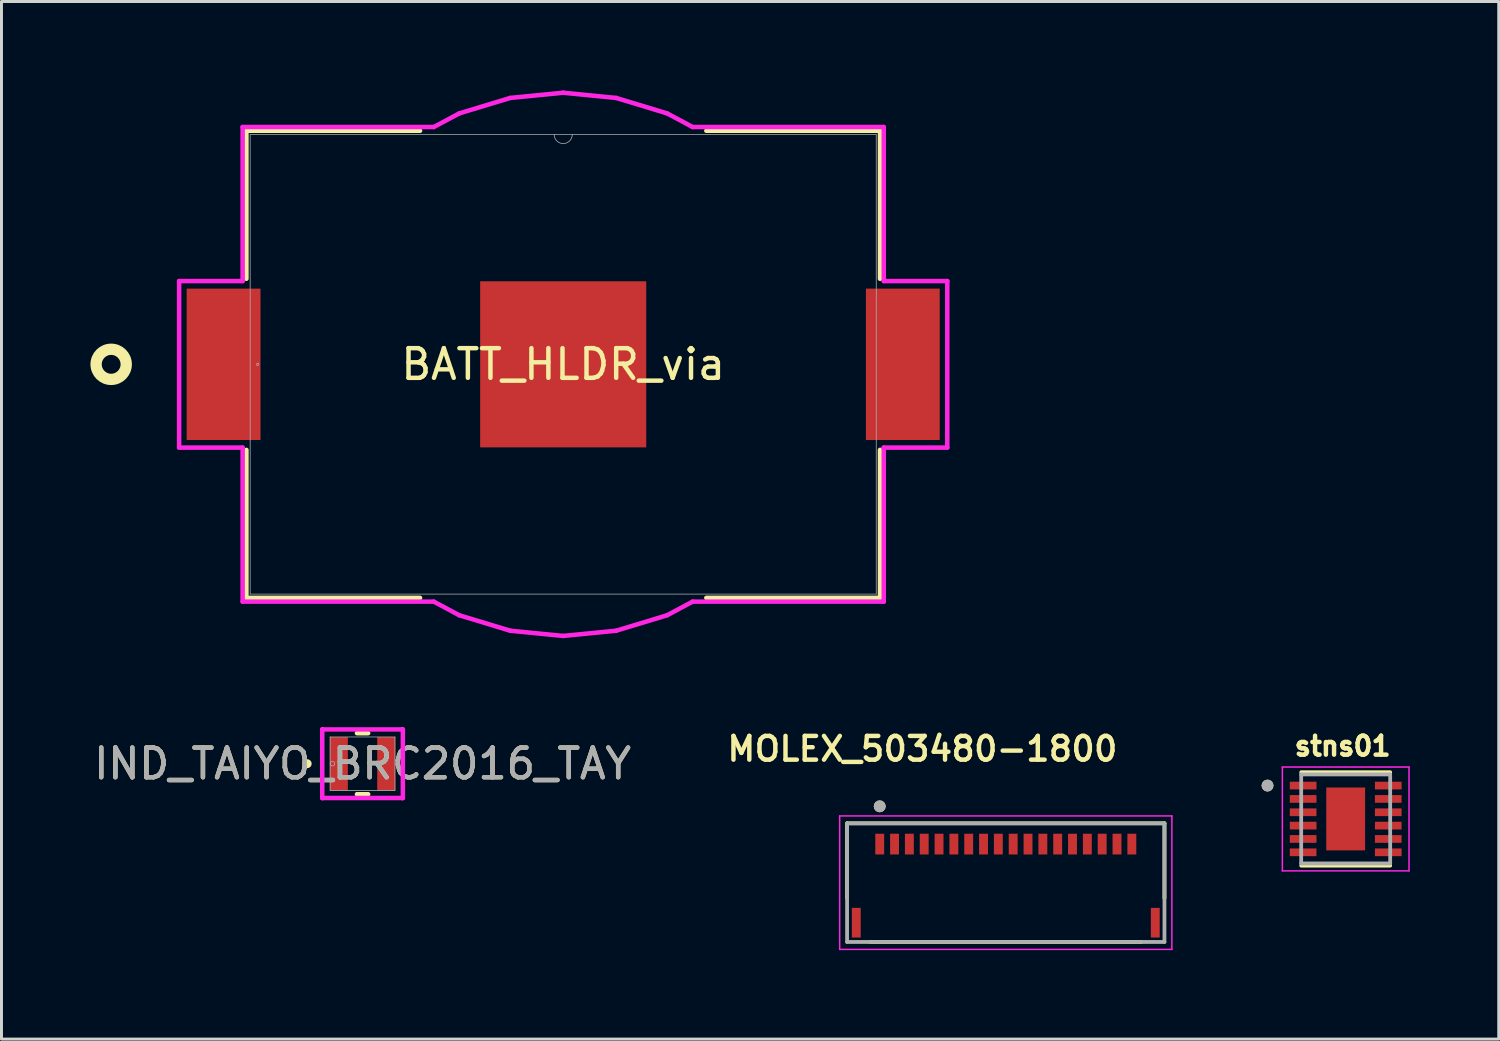
<source format=kicad_pcb>
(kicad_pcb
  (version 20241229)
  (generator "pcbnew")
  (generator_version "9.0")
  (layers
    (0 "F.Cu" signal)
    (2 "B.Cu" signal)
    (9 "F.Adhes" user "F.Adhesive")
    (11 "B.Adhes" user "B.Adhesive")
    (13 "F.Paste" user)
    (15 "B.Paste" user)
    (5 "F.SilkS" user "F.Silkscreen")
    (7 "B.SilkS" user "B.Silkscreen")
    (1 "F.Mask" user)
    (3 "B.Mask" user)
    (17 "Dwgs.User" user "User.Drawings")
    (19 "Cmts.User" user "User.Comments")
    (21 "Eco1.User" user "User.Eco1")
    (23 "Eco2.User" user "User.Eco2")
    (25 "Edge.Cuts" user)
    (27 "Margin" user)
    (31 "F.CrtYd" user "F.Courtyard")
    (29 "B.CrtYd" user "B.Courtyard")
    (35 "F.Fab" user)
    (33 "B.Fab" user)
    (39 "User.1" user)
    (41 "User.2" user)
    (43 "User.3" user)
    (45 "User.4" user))
  (footprint "BATT_HLDR_via"
    (layer "F.Cu")
    (at 15.938 9.233)
    (property "Reference" "BATT_HLDR_via" (at 0 0 0) (unlocked yes) (layer "F.SilkS") (effects (font (size 1 1) (thickness 0.15))))
    (attr smd)
    (fp_line (start -10.681 -7.874) (end -10.681 -2.885) (stroke (width 0.152) (type solid)) (layer "F.SilkS"))
    (fp_line (start -10.681 2.885) (end -10.681 7.874) (stroke (width 0.152) (type solid)) (layer "F.SilkS"))
    (fp_line (start -10.681 7.874) (end -4.826 7.874) (stroke (width 0.152) (type solid)) (layer "F.SilkS"))
    (fp_line (start -4.826 -7.874) (end -10.681 -7.874) (stroke (width 0.152) (type solid)) (layer "F.SilkS"))
    (fp_line (start 4.826 7.874) (end 10.681 7.874) (stroke (width 0.152) (type solid)) (layer "F.SilkS"))
    (fp_line (start 10.681 -7.874) (end 4.826 -7.874) (stroke (width 0.152) (type solid)) (layer "F.SilkS"))
    (fp_line (start 10.681 -2.885) (end 10.681 -7.874) (stroke (width 0.152) (type solid)) (layer "F.SilkS"))
    (fp_line (start 10.681 7.874) (end 10.681 2.885) (stroke (width 0.152) (type solid)) (layer "F.SilkS"))
    (fp_circle (center -15.24 0) (end -14.732 0) (stroke (width 0.381) (type solid)) (fill no) (layer "F.SilkS"))
    (fp_line (start -12.949 -2.807) (end -12.949 2.807) (stroke (width 0.152) (type solid)) (layer "F.CrtYd"))
    (fp_line (start -12.949 2.807) (end -10.808 2.807) (stroke (width 0.152) (type solid)) (layer "F.CrtYd"))
    (fp_line (start -10.808 -8.001) (end -10.808 -2.807) (stroke (width 0.152) (type solid)) (layer "F.CrtYd"))
    (fp_line (start -10.808 -2.807) (end -12.949 -2.807) (stroke (width 0.152) (type solid)) (layer "F.CrtYd"))
    (fp_line (start -10.808 2.807) (end -10.808 8.001) (stroke (width 0.152) (type solid)) (layer "F.CrtYd"))
    (fp_line (start -10.808 8.001) (end -4.362 8.001) (stroke (width 0.152) (type solid)) (layer "F.CrtYd"))
    (fp_line (start -4.362 -8.001) (end -10.808 -8.001) (stroke (width 0.152) (type solid)) (layer "F.CrtYd"))
    (fp_line (start -4.362 8.001) (end -3.504 8.46) (stroke (width 0.152) (type solid)) (layer "F.CrtYd"))
    (fp_line (start -3.504 8.46) (end -1.786 8.981) (stroke (width 0.152) (type solid)) (layer "F.CrtYd"))
    (fp_line (start -3.504 -8.46) (end -4.362 -8.001) (stroke (width 0.152) (type solid)) (layer "F.CrtYd"))
    (fp_line (start -1.786 8.981) (end -0.000001 9.157) (stroke (width 0.152) (type solid)) (layer "F.CrtYd"))
    (fp_line (start -1.786 -8.981) (end -3.504 -8.46) (stroke (width 0.152) (type solid)) (layer "F.CrtYd"))
    (fp_line (start -0.000001 9.157) (end 1.786 8.981) (stroke (width 0.152) (type solid)) (layer "F.CrtYd"))
    (fp_line (start 0 -9.157) (end -1.786 -8.981) (stroke (width 0.152) (type solid)) (layer "F.CrtYd"))
    (fp_line (start 1.786 8.981) (end 3.504 8.46) (stroke (width 0.152) (type solid)) (layer "F.CrtYd"))
    (fp_line (start 1.786 -8.981) (end 0 -9.157) (stroke (width 0.152) (type solid)) (layer "F.CrtYd"))
    (fp_line (start 3.504 -8.46) (end 1.786 -8.981) (stroke (width 0.152) (type solid)) (layer "F.CrtYd"))
    (fp_line (start 3.504 8.46) (end 4.362 8.001) (stroke (width 0.152) (type solid)) (layer "F.CrtYd"))
    (fp_line (start 4.362 -8.001) (end 3.504 -8.46) (stroke (width 0.152) (type solid)) (layer "F.CrtYd"))
    (fp_line (start 4.362 8.001) (end 10.808 8.001) (stroke (width 0.152) (type solid)) (layer "F.CrtYd"))
    (fp_line (start 10.808 -8.001) (end 4.362 -8.001) (stroke (width 0.152) (type solid)) (layer "F.CrtYd"))
    (fp_line (start 10.808 -2.807) (end 10.808 -8.001) (stroke (width 0.152) (type solid)) (layer "F.CrtYd"))
    (fp_line (start 10.808 2.807) (end 12.949 2.807) (stroke (width 0.152) (type solid)) (layer "F.CrtYd"))
    (fp_line (start 10.808 8.001) (end 10.808 2.807) (stroke (width 0.152) (type solid)) (layer "F.CrtYd"))
    (fp_line (start 12.949 -2.807) (end 10.808 -2.807) (stroke (width 0.152) (type solid)) (layer "F.CrtYd"))
    (fp_line (start 12.949 2.807) (end 12.949 -2.807) (stroke (width 0.152) (type solid)) (layer "F.CrtYd"))
    (fp_line (start -10.554 -7.747) (end -10.554 7.747) (stroke (width 0.025) (type solid)) (layer "F.Fab"))
    (fp_line (start -10.554 7.747) (end 10.554 7.747) (stroke (width 0.025) (type solid)) (layer "F.Fab"))
    (fp_line (start 10.554 -7.747) (end -10.554 -7.747) (stroke (width 0.025) (type solid)) (layer "F.Fab"))
    (fp_line (start 10.554 7.747) (end 10.554 -7.747) (stroke (width 0.025) (type solid)) (layer "F.Fab"))
    (fp_arc (start 0.3048 -7.747) (mid 0 -7.4422) (end -0.3048 -7.747) (stroke (width 0.0254) (type solid)) (layer "F.Fab"))
    (fp_circle (center -10.3 0) (end -10.262 0) (stroke (width 0.025) (type solid)) (fill no) (layer "F.Fab"))
    (pad "1" smd rect (at -11.45 0) (size 2.489 5.105) (layers "F.Cu" "F.Mask" "F.Paste"))
    (pad "2" smd rect (at 0 0) (size 5.6 5.6) (layers "F.Cu" "F.Mask" "F.Paste"))
    (pad "3" smd rect (at 11.45 0) (size 2.489 5.105) (layers "F.Cu" "F.Mask" "F.Paste")))
  (footprint "MOLEX_503480-1800"
    (layer "F.Cu")
    (at 30.859 26.908)
    (property "Reference" "MOLEX_503480-1800" (at -2.811 -4.71 0) (layer "F.SilkS") (effects (font (size 0.801 0.801) (thickness 0.15))))
    (attr smd)
    (fp_line (start -5.35 -2.2) (end -5.35 0.33) (stroke (width 0.127) (type solid)) (layer "F.SilkS"))
    (fp_line (start -5.35 -2.2) (end 5.35 -2.2) (stroke (width 0.127) (type solid)) (layer "F.SilkS"))
    (fp_line (start -4.57 1.8) (end 4.57 1.8) (stroke (width 0.127) (type solid)) (layer "F.SilkS"))
    (fp_line (start 5.35 0.33) (end 5.35 -2.2) (stroke (width 0.127) (type solid)) (layer "F.SilkS"))
    (fp_circle (center -4.25 -2.773) (end -4.15 -2.773) (stroke (width 0.2) (type solid)) (fill no) (layer "F.SilkS"))
    (fp_line (start -5.6 -2.45) (end 5.6 -2.45) (stroke (width 0.05) (type solid)) (layer "F.CrtYd"))
    (fp_line (start -5.6 2.05) (end -5.6 -2.45) (stroke (width 0.05) (type solid)) (layer "F.CrtYd"))
    (fp_line (start 5.6 -2.45) (end 5.6 2.05) (stroke (width 0.05) (type solid)) (layer "F.CrtYd"))
    (fp_line (start 5.6 2.05) (end -5.6 2.05) (stroke (width 0.05) (type solid)) (layer "F.CrtYd"))
    (fp_line (start -5.35 -2.2) (end 5.35 -2.2) (stroke (width 0.127) (type solid)) (layer "F.Fab"))
    (fp_line (start -5.35 1.8) (end -5.35 -2.2) (stroke (width 0.127) (type solid)) (layer "F.Fab"))
    (fp_line (start 5.35 -2.2) (end 5.35 1.8) (stroke (width 0.127) (type solid)) (layer "F.Fab"))
    (fp_line (start 5.35 1.8) (end -5.35 1.8) (stroke (width 0.127) (type solid)) (layer "F.Fab"))
    (fp_circle (center -4.25 -2.773) (end -4.15 -2.773) (stroke (width 0.2) (type solid)) (fill no) (layer "F.Fab"))
    (pad "1" smd rect (at -4.25 -1.5) (size 0.3 0.7) (layers "F.Cu" "F.Mask" "F.Paste"))
    (pad "2" smd rect (at -3.75 -1.5) (size 0.3 0.7) (layers "F.Cu" "F.Mask" "F.Paste"))
    (pad "3" smd rect (at -3.25 -1.5) (size 0.3 0.7) (layers "F.Cu" "F.Mask" "F.Paste"))
    (pad "4" smd rect (at -2.75 -1.5) (size 0.3 0.7) (layers "F.Cu" "F.Mask" "F.Paste"))
    (pad "5" smd rect (at -2.25 -1.5) (size 0.3 0.7) (layers "F.Cu" "F.Mask" "F.Paste"))
    (pad "6" smd rect (at -1.75 -1.5) (size 0.3 0.7) (layers "F.Cu" "F.Mask" "F.Paste"))
    (pad "7" smd rect (at -1.25 -1.5) (size 0.3 0.7) (layers "F.Cu" "F.Mask" "F.Paste"))
    (pad "8" smd rect (at -0.75 -1.5) (size 0.3 0.7) (layers "F.Cu" "F.Mask" "F.Paste"))
    (pad "9" smd rect (at -0.25 -1.5) (size 0.3 0.7) (layers "F.Cu" "F.Mask" "F.Paste"))
    (pad "10" smd rect (at 0.25 -1.5) (size 0.3 0.7) (layers "F.Cu" "F.Mask" "F.Paste"))
    (pad "11" smd rect (at 0.75 -1.5) (size 0.3 0.7) (layers "F.Cu" "F.Mask" "F.Paste"))
    (pad "12" smd rect (at 1.25 -1.5) (size 0.3 0.7) (layers "F.Cu" "F.Mask" "F.Paste"))
    (pad "13" smd rect (at 1.75 -1.5) (size 0.3 0.7) (layers "F.Cu" "F.Mask" "F.Paste"))
    (pad "14" smd rect (at 2.25 -1.5) (size 0.3 0.7) (layers "F.Cu" "F.Mask" "F.Paste"))
    (pad "15" smd rect (at 2.75 -1.5) (size 0.3 0.7) (layers "F.Cu" "F.Mask" "F.Paste"))
    (pad "16" smd rect (at 3.25 -1.5) (size 0.3 0.7) (layers "F.Cu" "F.Mask" "F.Paste"))
    (pad "17" smd rect (at 3.75 -1.5) (size 0.3 0.7) (layers "F.Cu" "F.Mask" "F.Paste"))
    (pad "18" smd rect (at 4.25 -1.5) (size 0.3 0.7) (layers "F.Cu" "F.Mask" "F.Paste"))
    (pad "SH1" smd rect (at -5.04 1.15) (size 0.3 1) (layers "F.Cu" "F.Mask" "F.Paste"))
    (pad "SH2" smd rect (at 5.04 1.15) (size 0.3 1) (layers "F.Cu" "F.Mask" "F.Paste")))
  (footprint "IND_TAIYO_BRC2016_TAY"
    (layer "F.Cu")
    (at 9.173 22.698)
    (property "Reference" "IND_TAIYO_BRC2016_TAY" (at 0 0 0) (unlocked yes) (layer "F.SilkS") (effects (font (size 1 1) (thickness 0.15))))
    (attr smd)
    (fp_line (start -0.188 1.029) (end 0.188 1.029) (stroke (width 0.152) (type solid)) (layer "F.SilkS"))
    (fp_line (start 0.188 -1.029) (end -0.188 -1.029) (stroke (width 0.152) (type solid)) (layer "F.SilkS"))
    (fp_circle (center -1.867 0) (end -1.791 0) (stroke (width 0.152) (type solid)) (fill no) (layer "F.SilkS"))
    (fp_line (start -1.359 -1.156) (end -1.346 -1.156) (stroke (width 0.152) (type solid)) (layer "F.CrtYd"))
    (fp_line (start -1.359 1.156) (end -1.359 -1.156) (stroke (width 0.152) (type solid)) (layer "F.CrtYd"))
    (fp_line (start -1.346 -1.156) (end -1.346 -1.156) (stroke (width 0.152) (type solid)) (layer "F.CrtYd"))
    (fp_line (start -1.346 -1.156) (end 1.346 -1.156) (stroke (width 0.152) (type solid)) (layer "F.CrtYd"))
    (fp_line (start -1.346 1.156) (end -1.359 1.156) (stroke (width 0.152) (type solid)) (layer "F.CrtYd"))
    (fp_line (start -1.346 1.156) (end -1.346 1.156) (stroke (width 0.152) (type solid)) (layer "F.CrtYd"))
    (fp_line (start 1.346 -1.156) (end 1.346 -1.156) (stroke (width 0.152) (type solid)) (layer "F.CrtYd"))
    (fp_line (start 1.346 -1.156) (end 1.359 -1.156) (stroke (width 0.152) (type solid)) (layer "F.CrtYd"))
    (fp_line (start 1.346 1.156) (end -1.346 1.156) (stroke (width 0.152) (type solid)) (layer "F.CrtYd"))
    (fp_line (start 1.346 1.156) (end 1.346 1.156) (stroke (width 0.152) (type solid)) (layer "F.CrtYd"))
    (fp_line (start 1.359 -1.156) (end 1.359 1.156) (stroke (width 0.152) (type solid)) (layer "F.CrtYd"))
    (fp_line (start 1.359 1.156) (end 1.346 1.156) (stroke (width 0.152) (type solid)) (layer "F.CrtYd"))
    (fp_line (start -1.092 -0.902) (end -1.092 0.902) (stroke (width 0.025) (type solid)) (layer "F.Fab"))
    (fp_line (start -1.092 0.902) (end 1.092 0.902) (stroke (width 0.025) (type solid)) (layer "F.Fab"))
    (fp_line (start 1.092 -0.902) (end -1.092 -0.902) (stroke (width 0.025) (type solid)) (layer "F.Fab"))
    (fp_line (start 1.092 0.902) (end 1.092 -0.902) (stroke (width 0.025) (type solid)) (layer "F.Fab"))
    (fp_circle (center -1.016 0) (end -0.94 0) (stroke (width 0.025) (type solid)) (fill no) (layer "F.Fab"))
    (fp_text user "${REFERENCE}" (at 0 0 0) (unlocked yes) (layer "F.Fab") (effects (font (size 1 1) (thickness 0.15))))
    (pad "1" smd rect (at -0.8 0) (size 0.61 1.803) (layers "F.Cu" "F.Mask" "F.Paste"))
    (pad "2" smd rect (at 0.8 0) (size 0.61 1.803) (layers "F.Cu" "F.Mask" "F.Paste"))
    (zone (net_name "") (layer "F.Cu") (hatch full 0.508) (connect_pads) (min_thickness 0.254) (filled_areas_thickness no) (keepout (tracks not_allowed) (vias not_allowed) (pads allowed) (copperpour not_allowed) (footprints allowed)) (placement (enabled no)) (fill) (polygon (pts (xy 8.728 21.847) (xy 9.617 21.847) (xy 9.617 23.549) (xy 8.728 23.549)))))
  (footprint "stns01"
    (layer "F.Cu")
    (at 42.319 24.56)
    (property "Reference" "stns01" (at -0.103 -2.456 0) (layer "F.SilkS") (effects (font (size 0.64 0.64) (thickness 0.15))))
    (attr smd)
    (fp_poly (pts (xy -1.935 -1.305) (xy -0.935 -1.305) (xy -0.935 -0.945) (xy -1.935 -0.945)) (stroke (width 0.01) (type solid)) (fill yes) (layer "F.Mask"))
    (fp_poly (pts (xy -1.935 -0.855) (xy -0.935 -0.855) (xy -0.935 -0.495) (xy -1.935 -0.495)) (stroke (width 0.01) (type solid)) (fill yes) (layer "F.Mask"))
    (fp_poly (pts (xy -1.935 -0.405) (xy -0.935 -0.405) (xy -0.935 -0.045) (xy -1.935 -0.045)) (stroke (width 0.01) (type solid)) (fill yes) (layer "F.Mask"))
    (fp_poly (pts (xy -1.935 0.045) (xy -0.935 0.045) (xy -0.935 0.405) (xy -1.935 0.405)) (stroke (width 0.01) (type solid)) (fill yes) (layer "F.Mask"))
    (fp_poly (pts (xy -1.935 0.495) (xy -0.935 0.495) (xy -0.935 0.855) (xy -1.935 0.855)) (stroke (width 0.01) (type solid)) (fill yes) (layer "F.Mask"))
    (fp_poly (pts (xy -1.935 0.945) (xy -0.935 0.945) (xy -0.935 1.305) (xy -1.935 1.305)) (stroke (width 0.01) (type solid)) (fill yes) (layer "F.Mask"))
    (fp_poly (pts (xy -0.705 -1.11) (xy 0.705 -1.11) (xy 0.705 1.11) (xy -0.705 1.11)) (stroke (width 0.01) (type solid)) (fill yes) (layer "F.Mask"))
    (fp_poly (pts (xy 0.935 -1.305) (xy 1.935 -1.305) (xy 1.935 -0.945) (xy 0.935 -0.945)) (stroke (width 0.01) (type solid)) (fill yes) (layer "F.Mask"))
    (fp_poly (pts (xy 0.935 -0.855) (xy 1.935 -0.855) (xy 1.935 -0.495) (xy 0.935 -0.495)) (stroke (width 0.01) (type solid)) (fill yes) (layer "F.Mask"))
    (fp_poly (pts (xy 0.935 -0.405) (xy 1.935 -0.405) (xy 1.935 -0.045) (xy 0.935 -0.045)) (stroke (width 0.01) (type solid)) (fill yes) (layer "F.Mask"))
    (fp_poly (pts (xy 0.935 0.045) (xy 1.935 0.045) (xy 1.935 0.405) (xy 0.935 0.405)) (stroke (width 0.01) (type solid)) (fill yes) (layer "F.Mask"))
    (fp_poly (pts (xy 0.935 0.495) (xy 1.935 0.495) (xy 1.935 0.855) (xy 0.935 0.855)) (stroke (width 0.01) (type solid)) (fill yes) (layer "F.Mask"))
    (fp_poly (pts (xy 0.935 0.945) (xy 1.935 0.945) (xy 1.935 1.305) (xy 0.935 1.305)) (stroke (width 0.01) (type solid)) (fill yes) (layer "F.Mask"))
    (fp_line (start -1.5 -1.575) (end 1.5 -1.575) (stroke (width 0.127) (type solid)) (layer "F.SilkS"))
    (fp_line (start 1.5 1.575) (end -1.5 1.575) (stroke (width 0.127) (type solid)) (layer "F.SilkS"))
    (fp_circle (center -2.635 -1.125) (end -2.535 -1.125) (stroke (width 0.2) (type solid)) (fill no) (layer "F.SilkS"))
    (fp_poly (pts (xy -0.414 -0.67) (xy 0.414 -0.67) (xy 0.414 0.67) (xy -0.414 0.67)) (stroke (width 0.01) (type solid)) (fill yes) (layer "F.Paste"))
    (fp_line (start -2.135 -1.75) (end -2.135 1.75) (stroke (width 0.05) (type solid)) (layer "F.CrtYd"))
    (fp_line (start -2.135 1.75) (end 2.135 1.75) (stroke (width 0.05) (type solid)) (layer "F.CrtYd"))
    (fp_line (start 2.135 -1.75) (end -2.135 -1.75) (stroke (width 0.05) (type solid)) (layer "F.CrtYd"))
    (fp_line (start 2.135 1.75) (end 2.135 -1.75) (stroke (width 0.05) (type solid)) (layer "F.CrtYd"))
    (fp_line (start -1.5 -1.5) (end 1.5 -1.5) (stroke (width 0.127) (type solid)) (layer "F.Fab"))
    (fp_line (start -1.5 1.5) (end -1.5 -1.5) (stroke (width 0.127) (type solid)) (layer "F.Fab"))
    (fp_line (start 1.5 -1.5) (end 1.5 1.5) (stroke (width 0.127) (type solid)) (layer "F.Fab"))
    (fp_line (start 1.5 1.5) (end -1.5 1.5) (stroke (width 0.127) (type solid)) (layer "F.Fab"))
    (fp_circle (center -2.635 -1.125) (end -2.535 -1.125) (stroke (width 0.2) (type solid)) (fill no) (layer "F.Fab"))
    (pad "1" smd rect (at -1.435 -1.125) (size 0.9 0.26) (layers "F.Cu" "F.Paste"))
    (pad "2" smd rect (at -1.435 -0.675) (size 0.9 0.26) (layers "F.Cu" "F.Paste"))
    (pad "3" smd rect (at -1.435 -0.225) (size 0.9 0.26) (layers "F.Cu" "F.Paste"))
    (pad "4" smd rect (at -1.435 0.225) (size 0.9 0.26) (layers "F.Cu" "F.Paste"))
    (pad "5" smd rect (at -1.435 0.675) (size 0.9 0.26) (layers "F.Cu" "F.Paste"))
    (pad "6" smd rect (at -1.435 1.125) (size 0.9 0.26) (layers "F.Cu" "F.Paste"))
    (pad "7" smd rect (at 1.435 1.125) (size 0.9 0.26) (layers "F.Cu" "F.Paste"))
    (pad "8" smd rect (at 1.435 0.675) (size 0.9 0.26) (layers "F.Cu" "F.Paste"))
    (pad "9" smd rect (at 1.435 0.225) (size 0.9 0.26) (layers "F.Cu" "F.Paste"))
    (pad "10" smd rect (at 1.435 -0.225) (size 0.9 0.26) (layers "F.Cu" "F.Paste"))
    (pad "11" smd rect (at 1.435 -0.675) (size 0.9 0.26) (layers "F.Cu" "F.Paste"))
    (pad "12" smd rect (at 1.435 -1.125) (size 0.9 0.26) (layers "F.Cu" "F.Paste"))
    (pad "13" smd rect (at 0 0) (size 1.31 2.12) (layers "F.Cu")))
  (gr_rect
    (start -3 -3)
    (end 47.479 31.983)
    (stroke (width 0.1) (type default))
    (fill no)
    (layer "Edge.Cuts")))
</source>
